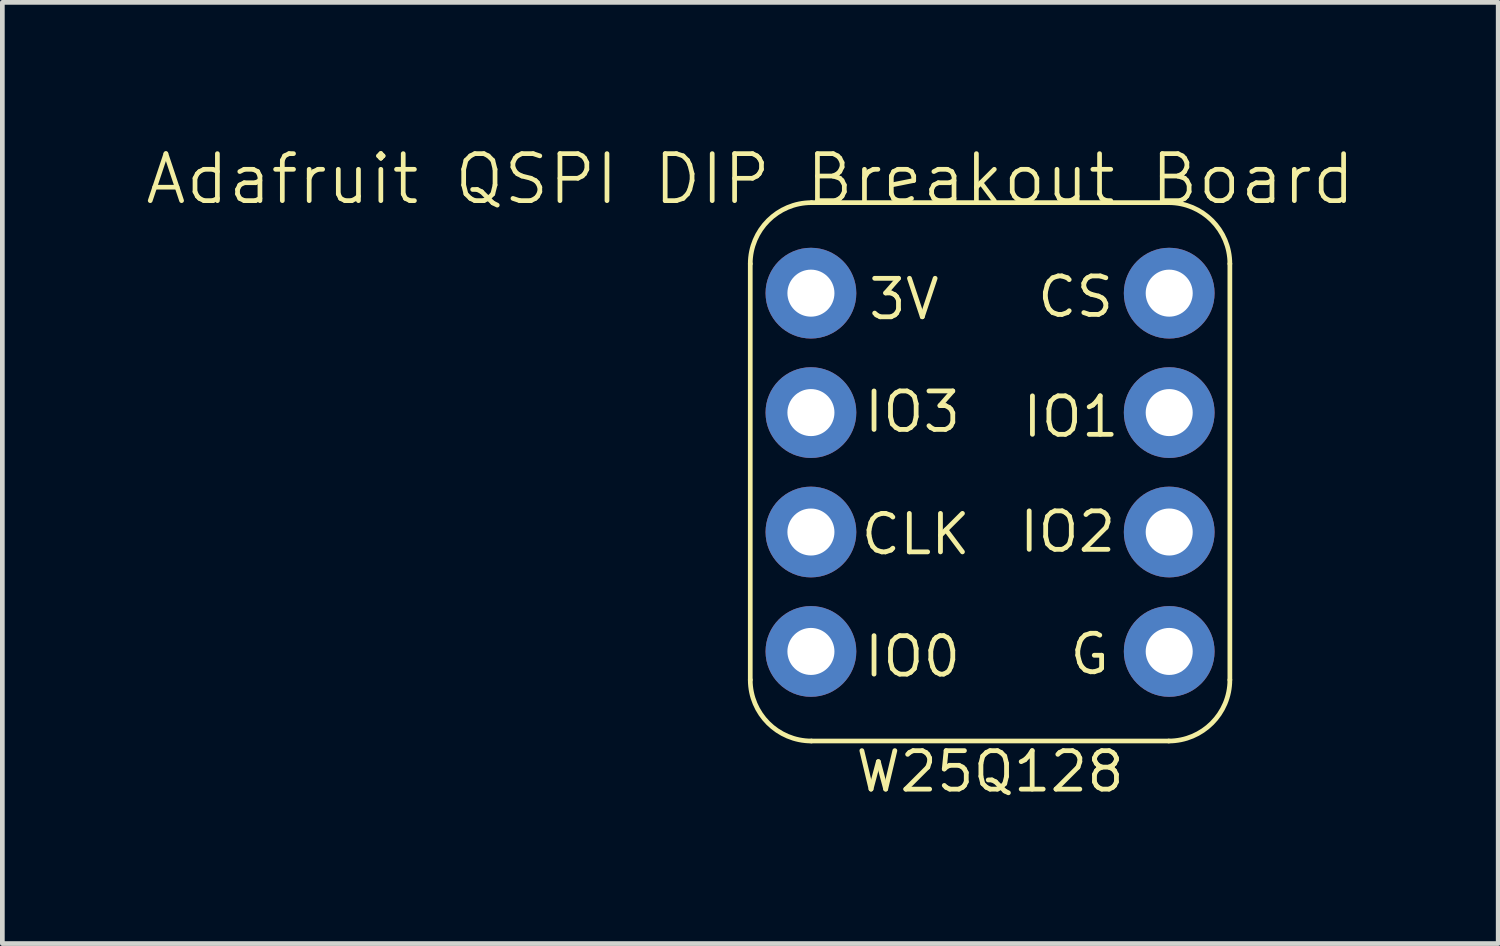
<source format=kicad_pcb>
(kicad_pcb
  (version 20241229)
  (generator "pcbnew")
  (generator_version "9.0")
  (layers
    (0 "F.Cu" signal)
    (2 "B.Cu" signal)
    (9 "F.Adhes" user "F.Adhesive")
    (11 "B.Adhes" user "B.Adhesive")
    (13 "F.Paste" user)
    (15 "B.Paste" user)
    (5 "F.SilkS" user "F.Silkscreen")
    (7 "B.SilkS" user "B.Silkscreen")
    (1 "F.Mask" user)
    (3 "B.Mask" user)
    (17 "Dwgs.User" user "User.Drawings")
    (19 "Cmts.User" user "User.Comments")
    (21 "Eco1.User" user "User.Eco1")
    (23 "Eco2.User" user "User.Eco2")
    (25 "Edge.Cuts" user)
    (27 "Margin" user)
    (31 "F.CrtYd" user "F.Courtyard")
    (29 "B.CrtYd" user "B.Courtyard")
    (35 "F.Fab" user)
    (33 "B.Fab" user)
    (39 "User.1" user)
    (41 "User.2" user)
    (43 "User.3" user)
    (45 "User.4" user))
  (footprint "Adafruit QSPI DIP Breakout Board"
    (layer "F.Cu")
    (at 12.907 1.26)
    (property "Reference" "Adafruit QSPI DIP Breakout Board" (at 0 -0.5 0) (unlocked yes) (layer "F.SilkS") (effects (font (size 1 1) (thickness 0.1))))
    (attr board_only exclude_from_pos_files exclude_from_bom)
    (fp_line (start 0 10.15) (end 0 1.3) (stroke (width 0.1) (type default)) (layer "F.SilkS"))
    (fp_line (start 1.3 0) (end 8.9 0) (stroke (width 0.1) (type default)) (layer "F.SilkS"))
    (fp_line (start 8.9 11.45) (end 1.3 11.45) (stroke (width 0.1) (type default)) (layer "F.SilkS"))
    (fp_line (start 10.2 1.3) (end 10.2 10.15) (stroke (width 0.1) (type default)) (layer "F.SilkS"))
    (fp_arc (start 0 1.3) (mid 0.380761 0.380761) (end 1.3 0) (stroke (width 0.1) (type default)) (layer "F.SilkS"))
    (fp_arc (start 1.3 11.45) (mid 0.380761 11.069239) (end 0 10.15) (stroke (width 0.1) (type default)) (layer "F.SilkS"))
    (fp_arc (start 8.9 0) (mid 9.819239 0.380761) (end 10.2 1.3) (stroke (width 0.1) (type default)) (layer "F.SilkS"))
    (fp_arc (start 10.2 10.15) (mid 9.819239 11.069239) (end 8.9 11.45) (stroke (width 0.1) (type default)) (layer "F.SilkS"))
    (fp_text user "3V" (at 3.269 2.054 0) (unlocked yes) (layer "F.SilkS") (effects (font (size 0.818 0.818) (thickness 0.102))))
    (fp_text user "G" (at 7.219 9.604 0) (unlocked yes) (layer "F.SilkS") (effects (font (size 0.818 0.818) (thickness 0.102))))
    (fp_text user "IO0" (at 3.45 9.654 0) (unlocked yes) (layer "F.SilkS") (effects (font (size 0.818 0.818) (thickness 0.102))))
    (fp_text user "W25Q128" (at 5.1 12.1 0) (unlocked yes) (layer "F.SilkS") (effects (font (size 0.818 0.818) (thickness 0.102))))
    (fp_text user "CLK" (at 3.519 7.054 0) (unlocked yes) (layer "F.SilkS") (effects (font (size 0.818 0.818) (thickness 0.102))))
    (fp_text user "IO1" (at 6.819 4.554 0) (unlocked yes) (layer "F.SilkS") (effects (font (size 0.818 0.818) (thickness 0.102))))
    (fp_text user "CS" (at 6.919 2.004 0) (unlocked yes) (layer "F.SilkS") (effects (font (size 0.818 0.818) (thickness 0.102))))
    (fp_text user "IO3" (at 3.45 4.45 0) (unlocked yes) (layer "F.SilkS") (effects (font (size 0.818 0.818) (thickness 0.102))))
    (fp_text user "IO2" (at 6.75 7 0) (unlocked yes) (layer "F.SilkS") (effects (font (size 0.818 0.818) (thickness 0.102))))
    (pad "1" thru_hole circle (at 1.29 1.925) (size 1.93 1.93) (drill 1) (layers "*.Cu" "*.Mask"))
    (pad "1" thru_hole circle (at 8.91 1.925) (size 1.93 1.93) (drill 1) (layers "*.Cu" "*.Mask"))
    (pad "2" thru_hole circle (at 1.29 4.465) (size 1.93 1.93) (drill 1) (layers "*.Cu" "*.Mask"))
    (pad "2" thru_hole circle (at 8.91 4.465) (size 1.93 1.93) (drill 1) (layers "*.Cu" "*.Mask"))
    (pad "3" thru_hole circle (at 1.29 7.005) (size 1.93 1.93) (drill 1) (layers "*.Cu" "*.Mask"))
    (pad "3" thru_hole circle (at 8.91 7.005) (size 1.93 1.93) (drill 1) (layers "*.Cu" "*.Mask"))
    (pad "4" thru_hole circle (at 1.29 9.545) (size 1.93 1.93) (drill 1) (layers "*.Cu" "*.Mask"))
    (pad "4" thru_hole circle (at 8.91 9.545) (size 1.93 1.93) (drill 1) (layers "*.Cu" "*.Mask")))
  (gr_rect
    (start -3 -3)
    (end 28.814 17.018)
    (stroke (width 0.1) (type default))
    (fill no)
    (layer "Edge.Cuts")))
</source>
